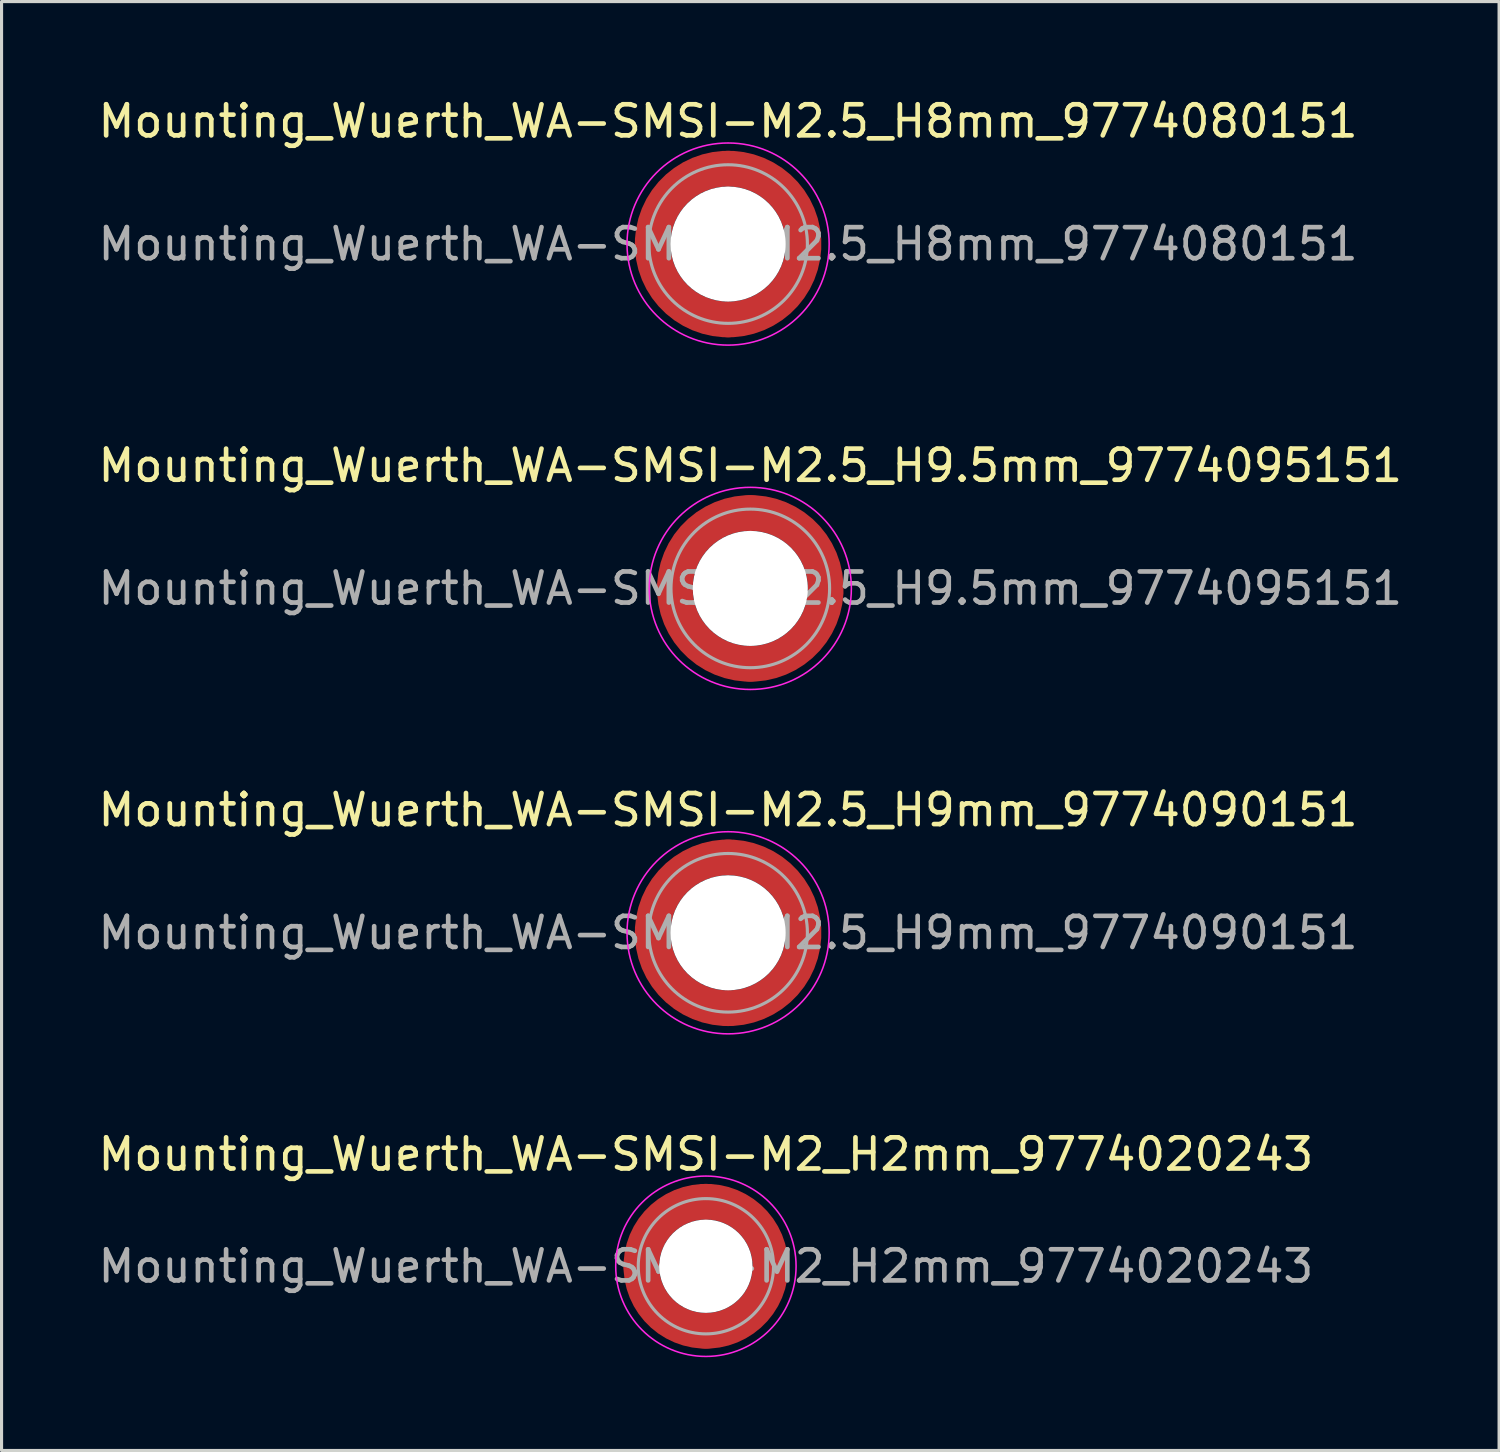
<source format=kicad_pcb>
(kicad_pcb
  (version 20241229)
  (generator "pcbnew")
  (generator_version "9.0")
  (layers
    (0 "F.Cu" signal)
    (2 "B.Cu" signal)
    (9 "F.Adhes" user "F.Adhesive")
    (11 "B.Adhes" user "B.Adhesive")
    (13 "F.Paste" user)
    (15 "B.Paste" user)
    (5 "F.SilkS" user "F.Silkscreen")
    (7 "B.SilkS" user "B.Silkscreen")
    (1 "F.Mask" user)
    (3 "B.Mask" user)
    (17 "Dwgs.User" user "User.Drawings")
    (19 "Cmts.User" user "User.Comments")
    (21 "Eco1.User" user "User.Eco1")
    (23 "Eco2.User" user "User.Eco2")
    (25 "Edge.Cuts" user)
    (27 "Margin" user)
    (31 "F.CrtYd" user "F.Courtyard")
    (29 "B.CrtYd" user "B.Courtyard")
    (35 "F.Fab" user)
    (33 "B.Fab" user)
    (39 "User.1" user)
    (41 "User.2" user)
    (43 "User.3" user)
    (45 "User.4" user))
  (footprint "Mounting_Wuerth_WA-SMSI-M2_H2mm_9774020243"
    (layer "F.Cu")
    (at 19.649 37.668)
    (property "Reference" "Mounting_Wuerth_WA-SMSI-M2_H2mm_9774020243" (at 0 -3.6 0) (layer "F.SilkS") (effects (font (size 1 1) (thickness 0.15))))
    (attr smd)
    (fp_circle (center 0 0) (end 2.9 0) (stroke (width 0.05) (type solid)) (fill no) (layer "F.CrtYd"))
    (fp_circle (center 0 0) (end 2.175 0) (stroke (width 0.1) (type solid)) (fill no) (layer "F.Fab"))
    (fp_text user "${REFERENCE}" (at 0 0 0) (layer "F.Fab") (effects (font (size 1 1) (thickness 0.15))))
    (pad "" smd custom (at -1.453 -1.453) (size 1.01 1.01) (layers "F.Paste") (options (anchor circle)) (primitives (gr_arc (start -0.262632 0.900604) (mid 0.178544 0.178544) (end 0.900604 -0.262632) (width 0.505)) (gr_arc (start -0.526231 0.900604) (mid 0 0) (end 0.900604 -0.526231) (width 0.505)) (gr_arc (start -0.787275 0.900604) (mid -0.178545 -0.178545) (end 0.900604 -0.787275) (width 0.505)) (gr_line (start 0.901 -0.263) (end 0.901 -0.787) (width 0.505)) (gr_line (start -0.263 0.901) (end -0.787 0.901) (width 0.505))))
    (pad "" smd custom (at -1.453 1.453) (size 1.01 1.01) (layers "F.Paste") (options (anchor circle)) (primitives (gr_arc (start 0.900604 0.262632) (mid 0.178544 -0.178544) (end -0.262632 -0.900604) (width 0.505)) (gr_arc (start 0.900604 0.526231) (mid 0 0) (end -0.526231 -0.900604) (width 0.505)) (gr_arc (start 0.900604 0.787275) (mid -0.178545 0.178545) (end -0.787275 -0.900604) (width 0.505)) (gr_line (start -0.263 -0.901) (end -0.787 -0.901) (width 0.505)) (gr_line (start 0.901 0.263) (end 0.901 0.787) (width 0.505))))
    (pad "" np_thru_hole circle (at 0 0) (size 3 3) (drill 3) (layers "*.Cu" "*.Mask"))
    (pad "" smd custom (at 1.453 -1.453) (size 1.01 1.01) (layers "F.Paste") (options (anchor circle)) (primitives (gr_arc (start -0.900604 -0.262632) (mid -0.178544 0.178544) (end 0.262632 0.900604) (width 0.505)) (gr_arc (start -0.900604 -0.526231) (mid 0 0) (end 0.526231 0.900604) (width 0.505)) (gr_arc (start -0.900604 -0.787275) (mid 0.178545 -0.178545) (end 0.787275 0.900604) (width 0.505)) (gr_line (start 0.263 0.901) (end 0.787 0.901) (width 0.505)) (gr_line (start -0.901 -0.263) (end -0.901 -0.787) (width 0.505))))
    (pad "" smd custom (at 1.453 1.453) (size 1.01 1.01) (layers "F.Paste") (options (anchor circle)) (primitives (gr_arc (start 0.262632 -0.900604) (mid -0.178544 -0.178544) (end -0.900604 0.262632) (width 0.505)) (gr_arc (start 0.526231 -0.900604) (mid 0 0) (end -0.900604 0.526231) (width 0.505)) (gr_arc (start 0.787275 -0.900604) (mid 0.178545 0.178545) (end -0.900604 0.787275) (width 0.505)) (gr_line (start -0.901 0.263) (end -0.901 0.787) (width 0.505)) (gr_line (start 0.263 -0.901) (end 0.787 -0.901) (width 0.505))))
    (pad "1" smd circle (at -2.075 0) (size 1.15 1.15) (layers "F.Cu"))
    (pad "1" smd circle (at 0 -2.075) (size 1.15 1.15) (layers "F.Cu"))
    (pad "1" smd circle (at 0 2.075) (size 1.15 1.15) (layers "F.Cu"))
    (pad "1" smd custom (at 2.075 0) (size 1.15 1.15) (layers "F.Cu" "F.Mask") (options (anchor circle)) (primitives (gr_circle (center -2.075 0) (end 0 0) (width 1.15) (fill no)))))
  (footprint "Mounting_Wuerth_WA-SMSI-M2.5_H9mm_9774090151"
    (layer "F.Cu")
    (at 20.363 26.945)
    (property "Reference" "Mounting_Wuerth_WA-SMSI-M2.5_H9mm_9774090151" (at 0 -3.95 0) (layer "F.SilkS") (effects (font (size 1 1) (thickness 0.15))))
    (attr smd)
    (fp_circle (center 0 0) (end 3.25 0) (stroke (width 0.05) (type solid)) (fill no) (layer "F.CrtYd"))
    (fp_circle (center 0 0) (end 2.55 0) (stroke (width 0.1) (type solid)) (fill no) (layer "F.Fab"))
    (fp_text user "${REFERENCE}" (at 0 0 0) (layer "F.Fab") (effects (font (size 1 1) (thickness 0.15))))
    (pad "" smd custom (at -1.704 -1.704) (size 0.51 0.51) (layers "F.Paste") (options (anchor circle)) (primitives (gr_arc (start -0.250195 1.279127) (mid 0.289914 0.289914) (end 1.279127 -0.250195) (width 0.2)) (gr_arc (start -0.34334 1.279127) (mid 0.225488 0.225488) (end 1.279127 -0.34334) (width 0.2)) (gr_arc (start -0.436309 1.279127) (mid 0.161063 0.161063) (end 1.279127 -0.436309) (width 0.2)) (gr_arc (start -0.529126 1.279127) (mid 0.096638 0.096638) (end 1.279127 -0.529126) (width 0.2)) (gr_arc (start -0.621807 1.279127) (mid 0.032213 0.032213) (end 1.279127 -0.621807) (width 0.2)) (gr_arc (start -0.71437 1.279127) (mid -0.032213 -0.032213) (end 1.279127 -0.71437) (width 0.2)) (gr_arc (start -0.806826 1.279127) (mid -0.096638 -0.096638) (end 1.279127 -0.806826) (width 0.2)) (gr_arc (start -0.899187 1.279127) (mid -0.161063 -0.161063) (end 1.279127 -0.899187) (width 0.2)) (gr_arc (start -0.991463 1.279127) (mid -0.225488 -0.225488) (end 1.279127 -0.991463) (width 0.2)) (gr_arc (start -1.083663 1.279127) (mid -0.289914 -0.289914) (end 1.279127 -1.083663) (width 0.2)) (gr_line (start 1.279 -0.25) (end 1.279 -1.084) (width 0.2)) (gr_line (start -0.25 1.279) (end -1.084 1.279) (width 0.2))))
    (pad "" smd custom (at -1.704 1.704) (size 0.51 0.51) (layers "F.Paste") (options (anchor circle)) (primitives (gr_arc (start 1.279127 0.250195) (mid 0.289914 -0.289914) (end -0.250195 -1.279127) (width 0.2)) (gr_arc (start 1.279127 0.34334) (mid 0.225488 -0.225488) (end -0.34334 -1.279127) (width 0.2)) (gr_arc (start 1.279127 0.436309) (mid 0.161063 -0.161063) (end -0.436309 -1.279127) (width 0.2)) (gr_arc (start 1.279127 0.529126) (mid 0.096638 -0.096638) (end -0.529126 -1.279127) (width 0.2)) (gr_arc (start 1.279127 0.621807) (mid 0.032213 -0.032213) (end -0.621807 -1.279127) (width 0.2)) (gr_arc (start 1.279127 0.71437) (mid -0.032213 0.032213) (end -0.71437 -1.279127) (width 0.2)) (gr_arc (start 1.279127 0.806826) (mid -0.096638 0.096638) (end -0.806826 -1.279127) (width 0.2)) (gr_arc (start 1.279127 0.899187) (mid -0.161063 0.161063) (end -0.899187 -1.279127) (width 0.2)) (gr_arc (start 1.279127 0.991463) (mid -0.225488 0.225488) (end -0.991463 -1.279127) (width 0.2)) (gr_arc (start 1.279127 1.083663) (mid -0.289914 0.289914) (end -1.083663 -1.279127) (width 0.2)) (gr_line (start -0.25 -1.279) (end -1.084 -1.279) (width 0.2)) (gr_line (start 1.279 0.25) (end 1.279 1.084) (width 0.2))))
    (pad "" np_thru_hole circle (at 0 0) (size 3.7 3.7) (drill 3.7) (layers "*.Cu" "*.Mask"))
    (pad "" smd custom (at 1.704 -1.704) (size 0.51 0.51) (layers "F.Paste") (options (anchor circle)) (primitives (gr_arc (start -1.279127 -0.250195) (mid -0.289914 0.289914) (end 0.250195 1.279127) (width 0.2)) (gr_arc (start -1.279127 -0.34334) (mid -0.225488 0.225488) (end 0.34334 1.279127) (width 0.2)) (gr_arc (start -1.279127 -0.436309) (mid -0.161063 0.161063) (end 0.436309 1.279127) (width 0.2)) (gr_arc (start -1.279127 -0.529126) (mid -0.096638 0.096638) (end 0.529126 1.279127) (width 0.2)) (gr_arc (start -1.279127 -0.621807) (mid -0.032213 0.032213) (end 0.621807 1.279127) (width 0.2)) (gr_arc (start -1.279127 -0.71437) (mid 0.032213 -0.032213) (end 0.71437 1.279127) (width 0.2)) (gr_arc (start -1.279127 -0.806826) (mid 0.096638 -0.096638) (end 0.806826 1.279127) (width 0.2)) (gr_arc (start -1.279127 -0.899187) (mid 0.161063 -0.161063) (end 0.899187 1.279127) (width 0.2)) (gr_arc (start -1.279127 -0.991463) (mid 0.225488 -0.225488) (end 0.991463 1.279127) (width 0.2)) (gr_arc (start -1.279127 -1.083663) (mid 0.289914 -0.289914) (end 1.083663 1.279127) (width 0.2)) (gr_line (start 0.25 1.279) (end 1.084 1.279) (width 0.2)) (gr_line (start -1.279 -0.25) (end -1.279 -1.084) (width 0.2))))
    (pad "" smd custom (at 1.704 1.704) (size 0.51 0.51) (layers "F.Paste") (options (anchor circle)) (primitives (gr_arc (start 0.250195 -1.279127) (mid -0.289914 -0.289914) (end -1.279127 0.250195) (width 0.2)) (gr_arc (start 0.34334 -1.279127) (mid -0.225488 -0.225488) (end -1.279127 0.34334) (width 0.2)) (gr_arc (start 0.436309 -1.279127) (mid -0.161063 -0.161063) (end -1.279127 0.436309) (width 0.2)) (gr_arc (start 0.529126 -1.279127) (mid -0.096638 -0.096638) (end -1.279127 0.529126) (width 0.2)) (gr_arc (start 0.621807 -1.279127) (mid -0.032213 -0.032213) (end -1.279127 0.621807) (width 0.2)) (gr_arc (start 0.71437 -1.279127) (mid 0.032213 0.032213) (end -1.279127 0.71437) (width 0.2)) (gr_arc (start 0.806826 -1.279127) (mid 0.096638 0.096638) (end -1.279127 0.806826) (width 0.2)) (gr_arc (start 0.899187 -1.279127) (mid 0.161063 0.161063) (end -1.279127 0.899187) (width 0.2)) (gr_arc (start 0.991463 -1.279127) (mid 0.225488 0.225488) (end -1.279127 0.991463) (width 0.2)) (gr_arc (start 1.083663 -1.279127) (mid 0.289914 0.289914) (end -1.279127 1.083663) (width 0.2)) (gr_line (start -1.279 0.25) (end -1.279 1.084) (width 0.2)) (gr_line (start 0.25 -1.279) (end 1.084 -1.279) (width 0.2))))
    (pad "1" smd circle (at -2.425 0) (size 1.15 1.15) (layers "F.Cu"))
    (pad "1" smd circle (at 0 -2.425) (size 1.15 1.15) (layers "F.Cu"))
    (pad "1" smd circle (at 0 2.425) (size 1.15 1.15) (layers "F.Cu"))
    (pad "1" smd custom (at 2.425 0) (size 1.15 1.15) (layers "F.Cu" "F.Mask") (options (anchor circle)) (primitives (gr_circle (center -2.425 0) (end 0 0) (width 1.15) (fill no)))))
  (footprint "Mounting_Wuerth_WA-SMSI-M2.5_H9.5mm_9774095151"
    (layer "F.Cu")
    (at 21.077 15.871)
    (property "Reference" "Mounting_Wuerth_WA-SMSI-M2.5_H9.5mm_9774095151" (at 0 -3.95 0) (layer "F.SilkS") (effects (font (size 1 1) (thickness 0.15))))
    (attr smd)
    (fp_circle (center 0 0) (end 3.25 0) (stroke (width 0.05) (type solid)) (fill no) (layer "F.CrtYd"))
    (fp_circle (center 0 0) (end 2.55 0) (stroke (width 0.1) (type solid)) (fill no) (layer "F.Fab"))
    (fp_text user "${REFERENCE}" (at 0 0 0) (layer "F.Fab") (effects (font (size 1 1) (thickness 0.15))))
    (pad "" smd custom (at -1.704 -1.704) (size 0.51 0.51) (layers "F.Paste") (options (anchor circle)) (primitives (gr_arc (start -0.250195 1.279127) (mid 0.289914 0.289914) (end 1.279127 -0.250195) (width 0.2)) (gr_arc (start -0.34334 1.279127) (mid 0.225488 0.225488) (end 1.279127 -0.34334) (width 0.2)) (gr_arc (start -0.436309 1.279127) (mid 0.161063 0.161063) (end 1.279127 -0.436309) (width 0.2)) (gr_arc (start -0.529126 1.279127) (mid 0.096638 0.096638) (end 1.279127 -0.529126) (width 0.2)) (gr_arc (start -0.621807 1.279127) (mid 0.032213 0.032213) (end 1.279127 -0.621807) (width 0.2)) (gr_arc (start -0.71437 1.279127) (mid -0.032213 -0.032213) (end 1.279127 -0.71437) (width 0.2)) (gr_arc (start -0.806826 1.279127) (mid -0.096638 -0.096638) (end 1.279127 -0.806826) (width 0.2)) (gr_arc (start -0.899187 1.279127) (mid -0.161063 -0.161063) (end 1.279127 -0.899187) (width 0.2)) (gr_arc (start -0.991463 1.279127) (mid -0.225488 -0.225488) (end 1.279127 -0.991463) (width 0.2)) (gr_arc (start -1.083663 1.279127) (mid -0.289914 -0.289914) (end 1.279127 -1.083663) (width 0.2)) (gr_line (start 1.279 -0.25) (end 1.279 -1.084) (width 0.2)) (gr_line (start -0.25 1.279) (end -1.084 1.279) (width 0.2))))
    (pad "" smd custom (at -1.704 1.704) (size 0.51 0.51) (layers "F.Paste") (options (anchor circle)) (primitives (gr_arc (start 1.279127 0.250195) (mid 0.289914 -0.289914) (end -0.250195 -1.279127) (width 0.2)) (gr_arc (start 1.279127 0.34334) (mid 0.225488 -0.225488) (end -0.34334 -1.279127) (width 0.2)) (gr_arc (start 1.279127 0.436309) (mid 0.161063 -0.161063) (end -0.436309 -1.279127) (width 0.2)) (gr_arc (start 1.279127 0.529126) (mid 0.096638 -0.096638) (end -0.529126 -1.279127) (width 0.2)) (gr_arc (start 1.279127 0.621807) (mid 0.032213 -0.032213) (end -0.621807 -1.279127) (width 0.2)) (gr_arc (start 1.279127 0.71437) (mid -0.032213 0.032213) (end -0.71437 -1.279127) (width 0.2)) (gr_arc (start 1.279127 0.806826) (mid -0.096638 0.096638) (end -0.806826 -1.279127) (width 0.2)) (gr_arc (start 1.279127 0.899187) (mid -0.161063 0.161063) (end -0.899187 -1.279127) (width 0.2)) (gr_arc (start 1.279127 0.991463) (mid -0.225488 0.225488) (end -0.991463 -1.279127) (width 0.2)) (gr_arc (start 1.279127 1.083663) (mid -0.289914 0.289914) (end -1.083663 -1.279127) (width 0.2)) (gr_line (start -0.25 -1.279) (end -1.084 -1.279) (width 0.2)) (gr_line (start 1.279 0.25) (end 1.279 1.084) (width 0.2))))
    (pad "" np_thru_hole circle (at 0 0) (size 3.7 3.7) (drill 3.7) (layers "*.Cu" "*.Mask"))
    (pad "" smd custom (at 1.704 -1.704) (size 0.51 0.51) (layers "F.Paste") (options (anchor circle)) (primitives (gr_arc (start -1.279127 -0.250195) (mid -0.289914 0.289914) (end 0.250195 1.279127) (width 0.2)) (gr_arc (start -1.279127 -0.34334) (mid -0.225488 0.225488) (end 0.34334 1.279127) (width 0.2)) (gr_arc (start -1.279127 -0.436309) (mid -0.161063 0.161063) (end 0.436309 1.279127) (width 0.2)) (gr_arc (start -1.279127 -0.529126) (mid -0.096638 0.096638) (end 0.529126 1.279127) (width 0.2)) (gr_arc (start -1.279127 -0.621807) (mid -0.032213 0.032213) (end 0.621807 1.279127) (width 0.2)) (gr_arc (start -1.279127 -0.71437) (mid 0.032213 -0.032213) (end 0.71437 1.279127) (width 0.2)) (gr_arc (start -1.279127 -0.806826) (mid 0.096638 -0.096638) (end 0.806826 1.279127) (width 0.2)) (gr_arc (start -1.279127 -0.899187) (mid 0.161063 -0.161063) (end 0.899187 1.279127) (width 0.2)) (gr_arc (start -1.279127 -0.991463) (mid 0.225488 -0.225488) (end 0.991463 1.279127) (width 0.2)) (gr_arc (start -1.279127 -1.083663) (mid 0.289914 -0.289914) (end 1.083663 1.279127) (width 0.2)) (gr_line (start 0.25 1.279) (end 1.084 1.279) (width 0.2)) (gr_line (start -1.279 -0.25) (end -1.279 -1.084) (width 0.2))))
    (pad "" smd custom (at 1.704 1.704) (size 0.51 0.51) (layers "F.Paste") (options (anchor circle)) (primitives (gr_arc (start 0.250195 -1.279127) (mid -0.289914 -0.289914) (end -1.279127 0.250195) (width 0.2)) (gr_arc (start 0.34334 -1.279127) (mid -0.225488 -0.225488) (end -1.279127 0.34334) (width 0.2)) (gr_arc (start 0.436309 -1.279127) (mid -0.161063 -0.161063) (end -1.279127 0.436309) (width 0.2)) (gr_arc (start 0.529126 -1.279127) (mid -0.096638 -0.096638) (end -1.279127 0.529126) (width 0.2)) (gr_arc (start 0.621807 -1.279127) (mid -0.032213 -0.032213) (end -1.279127 0.621807) (width 0.2)) (gr_arc (start 0.71437 -1.279127) (mid 0.032213 0.032213) (end -1.279127 0.71437) (width 0.2)) (gr_arc (start 0.806826 -1.279127) (mid 0.096638 0.096638) (end -1.279127 0.806826) (width 0.2)) (gr_arc (start 0.899187 -1.279127) (mid 0.161063 0.161063) (end -1.279127 0.899187) (width 0.2)) (gr_arc (start 0.991463 -1.279127) (mid 0.225488 0.225488) (end -1.279127 0.991463) (width 0.2)) (gr_arc (start 1.083663 -1.279127) (mid 0.289914 0.289914) (end -1.279127 1.083663) (width 0.2)) (gr_line (start -1.279 0.25) (end -1.279 1.084) (width 0.2)) (gr_line (start 0.25 -1.279) (end 1.084 -1.279) (width 0.2))))
    (pad "1" smd circle (at -2.425 0) (size 1.15 1.15) (layers "F.Cu"))
    (pad "1" smd circle (at 0 -2.425) (size 1.15 1.15) (layers "F.Cu"))
    (pad "1" smd circle (at 0 2.425) (size 1.15 1.15) (layers "F.Cu"))
    (pad "1" smd custom (at 2.425 0) (size 1.15 1.15) (layers "F.Cu" "F.Mask") (options (anchor circle)) (primitives (gr_circle (center -2.425 0) (end 0 0) (width 1.15) (fill no)))))
  (footprint "Mounting_Wuerth_WA-SMSI-M2.5_H8mm_9774080151"
    (layer "F.Cu")
    (at 20.363 4.798)
    (property "Reference" "Mounting_Wuerth_WA-SMSI-M2.5_H8mm_9774080151" (at 0 -3.95 0) (layer "F.SilkS") (effects (font (size 1 1) (thickness 0.15))))
    (attr smd)
    (fp_circle (center 0 0) (end 3.25 0) (stroke (width 0.05) (type solid)) (fill no) (layer "F.CrtYd"))
    (fp_circle (center 0 0) (end 2.55 0) (stroke (width 0.1) (type solid)) (fill no) (layer "F.Fab"))
    (fp_text user "${REFERENCE}" (at 0 0 0) (layer "F.Fab") (effects (font (size 1 1) (thickness 0.15))))
    (pad "" smd custom (at -1.704 -1.704) (size 0.51 0.51) (layers "F.Paste") (options (anchor circle)) (primitives (gr_arc (start -0.250195 1.279127) (mid 0.289914 0.289914) (end 1.279127 -0.250195) (width 0.2)) (gr_arc (start -0.34334 1.279127) (mid 0.225488 0.225488) (end 1.279127 -0.34334) (width 0.2)) (gr_arc (start -0.436309 1.279127) (mid 0.161063 0.161063) (end 1.279127 -0.436309) (width 0.2)) (gr_arc (start -0.529126 1.279127) (mid 0.096638 0.096638) (end 1.279127 -0.529126) (width 0.2)) (gr_arc (start -0.621807 1.279127) (mid 0.032213 0.032213) (end 1.279127 -0.621807) (width 0.2)) (gr_arc (start -0.71437 1.279127) (mid -0.032213 -0.032213) (end 1.279127 -0.71437) (width 0.2)) (gr_arc (start -0.806826 1.279127) (mid -0.096638 -0.096638) (end 1.279127 -0.806826) (width 0.2)) (gr_arc (start -0.899187 1.279127) (mid -0.161063 -0.161063) (end 1.279127 -0.899187) (width 0.2)) (gr_arc (start -0.991463 1.279127) (mid -0.225488 -0.225488) (end 1.279127 -0.991463) (width 0.2)) (gr_arc (start -1.083663 1.279127) (mid -0.289914 -0.289914) (end 1.279127 -1.083663) (width 0.2)) (gr_line (start 1.279 -0.25) (end 1.279 -1.084) (width 0.2)) (gr_line (start -0.25 1.279) (end -1.084 1.279) (width 0.2))))
    (pad "" smd custom (at -1.704 1.704) (size 0.51 0.51) (layers "F.Paste") (options (anchor circle)) (primitives (gr_arc (start 1.279127 0.250195) (mid 0.289914 -0.289914) (end -0.250195 -1.279127) (width 0.2)) (gr_arc (start 1.279127 0.34334) (mid 0.225488 -0.225488) (end -0.34334 -1.279127) (width 0.2)) (gr_arc (start 1.279127 0.436309) (mid 0.161063 -0.161063) (end -0.436309 -1.279127) (width 0.2)) (gr_arc (start 1.279127 0.529126) (mid 0.096638 -0.096638) (end -0.529126 -1.279127) (width 0.2)) (gr_arc (start 1.279127 0.621807) (mid 0.032213 -0.032213) (end -0.621807 -1.279127) (width 0.2)) (gr_arc (start 1.279127 0.71437) (mid -0.032213 0.032213) (end -0.71437 -1.279127) (width 0.2)) (gr_arc (start 1.279127 0.806826) (mid -0.096638 0.096638) (end -0.806826 -1.279127) (width 0.2)) (gr_arc (start 1.279127 0.899187) (mid -0.161063 0.161063) (end -0.899187 -1.279127) (width 0.2)) (gr_arc (start 1.279127 0.991463) (mid -0.225488 0.225488) (end -0.991463 -1.279127) (width 0.2)) (gr_arc (start 1.279127 1.083663) (mid -0.289914 0.289914) (end -1.083663 -1.279127) (width 0.2)) (gr_line (start -0.25 -1.279) (end -1.084 -1.279) (width 0.2)) (gr_line (start 1.279 0.25) (end 1.279 1.084) (width 0.2))))
    (pad "" np_thru_hole circle (at 0 0) (size 3.7 3.7) (drill 3.7) (layers "*.Cu" "*.Mask"))
    (pad "" smd custom (at 1.704 -1.704) (size 0.51 0.51) (layers "F.Paste") (options (anchor circle)) (primitives (gr_arc (start -1.279127 -0.250195) (mid -0.289914 0.289914) (end 0.250195 1.279127) (width 0.2)) (gr_arc (start -1.279127 -0.34334) (mid -0.225488 0.225488) (end 0.34334 1.279127) (width 0.2)) (gr_arc (start -1.279127 -0.436309) (mid -0.161063 0.161063) (end 0.436309 1.279127) (width 0.2)) (gr_arc (start -1.279127 -0.529126) (mid -0.096638 0.096638) (end 0.529126 1.279127) (width 0.2)) (gr_arc (start -1.279127 -0.621807) (mid -0.032213 0.032213) (end 0.621807 1.279127) (width 0.2)) (gr_arc (start -1.279127 -0.71437) (mid 0.032213 -0.032213) (end 0.71437 1.279127) (width 0.2)) (gr_arc (start -1.279127 -0.806826) (mid 0.096638 -0.096638) (end 0.806826 1.279127) (width 0.2)) (gr_arc (start -1.279127 -0.899187) (mid 0.161063 -0.161063) (end 0.899187 1.279127) (width 0.2)) (gr_arc (start -1.279127 -0.991463) (mid 0.225488 -0.225488) (end 0.991463 1.279127) (width 0.2)) (gr_arc (start -1.279127 -1.083663) (mid 0.289914 -0.289914) (end 1.083663 1.279127) (width 0.2)) (gr_line (start 0.25 1.279) (end 1.084 1.279) (width 0.2)) (gr_line (start -1.279 -0.25) (end -1.279 -1.084) (width 0.2))))
    (pad "" smd custom (at 1.704 1.704) (size 0.51 0.51) (layers "F.Paste") (options (anchor circle)) (primitives (gr_arc (start 0.250195 -1.279127) (mid -0.289914 -0.289914) (end -1.279127 0.250195) (width 0.2)) (gr_arc (start 0.34334 -1.279127) (mid -0.225488 -0.225488) (end -1.279127 0.34334) (width 0.2)) (gr_arc (start 0.436309 -1.279127) (mid -0.161063 -0.161063) (end -1.279127 0.436309) (width 0.2)) (gr_arc (start 0.529126 -1.279127) (mid -0.096638 -0.096638) (end -1.279127 0.529126) (width 0.2)) (gr_arc (start 0.621807 -1.279127) (mid -0.032213 -0.032213) (end -1.279127 0.621807) (width 0.2)) (gr_arc (start 0.71437 -1.279127) (mid 0.032213 0.032213) (end -1.279127 0.71437) (width 0.2)) (gr_arc (start 0.806826 -1.279127) (mid 0.096638 0.096638) (end -1.279127 0.806826) (width 0.2)) (gr_arc (start 0.899187 -1.279127) (mid 0.161063 0.161063) (end -1.279127 0.899187) (width 0.2)) (gr_arc (start 0.991463 -1.279127) (mid 0.225488 0.225488) (end -1.279127 0.991463) (width 0.2)) (gr_arc (start 1.083663 -1.279127) (mid 0.289914 0.289914) (end -1.279127 1.083663) (width 0.2)) (gr_line (start -1.279 0.25) (end -1.279 1.084) (width 0.2)) (gr_line (start 0.25 -1.279) (end 1.084 -1.279) (width 0.2))))
    (pad "1" smd circle (at -2.425 0) (size 1.15 1.15) (layers "F.Cu"))
    (pad "1" smd circle (at 0 -2.425) (size 1.15 1.15) (layers "F.Cu"))
    (pad "1" smd circle (at 0 2.425) (size 1.15 1.15) (layers "F.Cu"))
    (pad "1" smd custom (at 2.425 0) (size 1.15 1.15) (layers "F.Cu" "F.Mask") (options (anchor circle)) (primitives (gr_circle (center -2.425 0) (end 0 0) (width 1.15) (fill no)))))
  (gr_rect
    (start -3 -3)
    (end 45.155 43.593)
    (stroke (width 0.1) (type default))
    (fill no)
    (layer "Edge.Cuts")))
</source>
